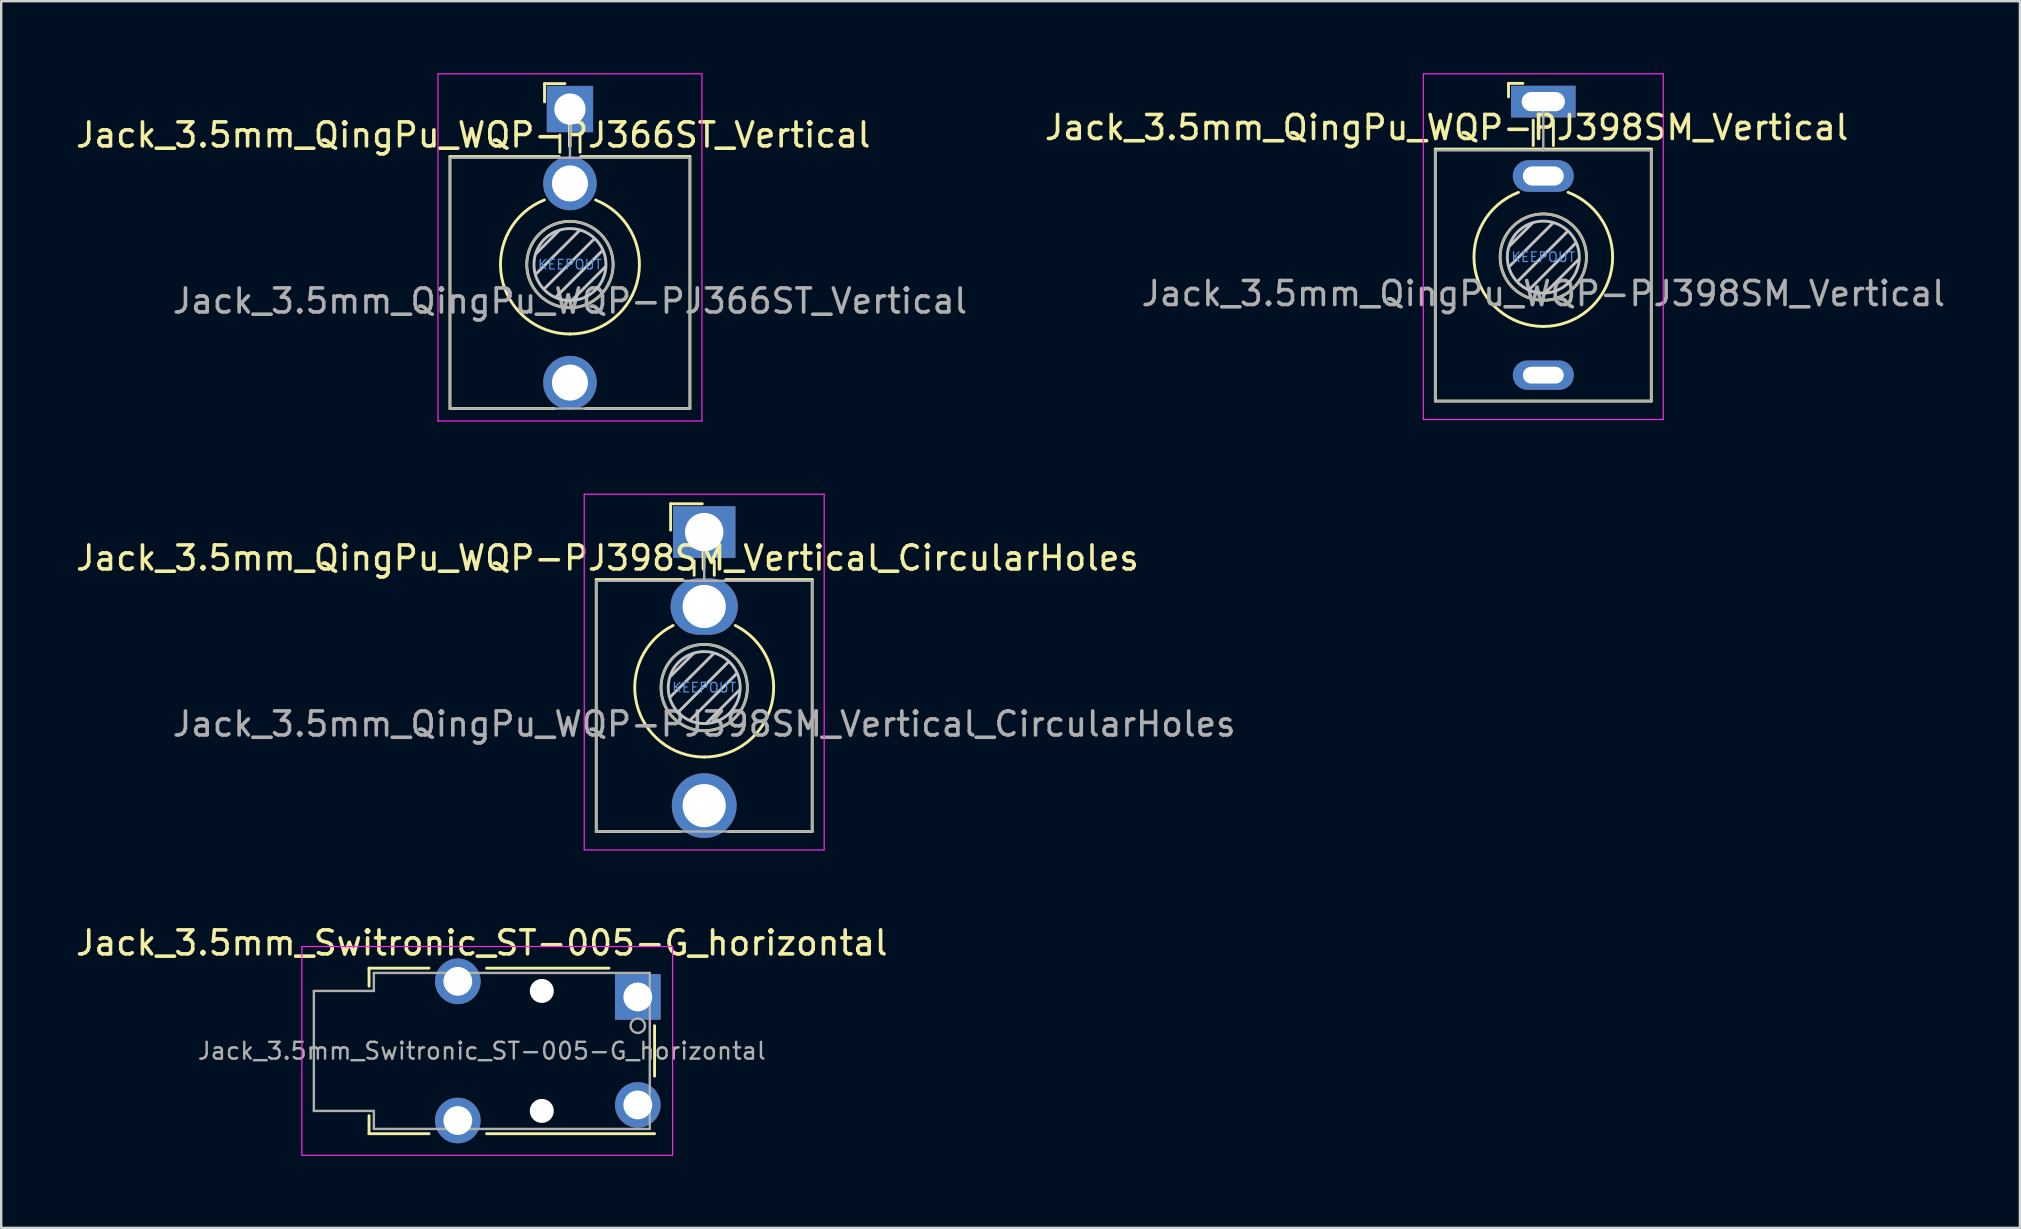
<source format=kicad_pcb>
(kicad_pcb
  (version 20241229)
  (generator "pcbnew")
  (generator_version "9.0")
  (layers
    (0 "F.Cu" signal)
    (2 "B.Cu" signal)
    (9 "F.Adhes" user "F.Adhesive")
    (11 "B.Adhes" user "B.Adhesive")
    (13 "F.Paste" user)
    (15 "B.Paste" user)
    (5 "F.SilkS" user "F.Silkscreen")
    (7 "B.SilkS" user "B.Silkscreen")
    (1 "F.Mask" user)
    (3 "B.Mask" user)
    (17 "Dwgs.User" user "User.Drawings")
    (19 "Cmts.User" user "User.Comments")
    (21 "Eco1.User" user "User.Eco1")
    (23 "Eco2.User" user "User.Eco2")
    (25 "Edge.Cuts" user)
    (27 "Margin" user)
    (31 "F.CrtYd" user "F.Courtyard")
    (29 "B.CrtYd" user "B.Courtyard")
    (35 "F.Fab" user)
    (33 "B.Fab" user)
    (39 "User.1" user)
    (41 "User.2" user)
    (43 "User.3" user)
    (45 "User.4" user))
  (footprint "Jack_3.5mm_QingPu_WQP-PJ398SM_Vertical"
    (layer "F.Cu")
    (at 61.268 1.185)
    (property "Reference" "Jack_3.5mm_QingPu_WQP-PJ398SM_Vertical" (at -4.03 1.08 180) (layer "F.SilkS") (effects (font (size 1 1) (thickness 0.15))))
    (attr through_hole)
    (fp_line (start -4.5 1.98) (end -4.5 12.48) (stroke (width 0.12) (type solid)) (layer "F.SilkS"))
    (fp_line (start -1.45 -0.76) (end -1.45 -0.2) (stroke (width 0.12) (type solid)) (layer "F.SilkS"))
    (fp_line (start -1.45 -0.76) (end -0.85 -0.76) (stroke (width 0.12) (type solid)) (layer "F.SilkS"))
    (fp_line (start -0.42 0.77) (end -0.42 1.83) (stroke (width 0.12) (type solid)) (layer "F.SilkS"))
    (fp_line (start 0.42 0.77) (end 0.42 1.83) (stroke (width 0.12) (type solid)) (layer "F.SilkS"))
    (fp_line (start 4.5 1.98) (end -4.5 1.98) (stroke (width 0.12) (type solid)) (layer "F.SilkS"))
    (fp_line (start 4.5 1.98) (end 4.5 12.48) (stroke (width 0.12) (type solid)) (layer "F.SilkS"))
    (fp_line (start 4.5 12.48) (end -4.5 12.48) (stroke (width 0.12) (type solid)) (layer "F.SilkS"))
    (fp_arc (start 0 9.37) (mid -2.841607 7.006661) (end -1.035683 3.781953) (stroke (width 0.12) (type solid)) (layer "F.SilkS"))
    (fp_arc (start 1.030973 3.780149) (mid 2.842065 7.004181) (end 0 9.37) (stroke (width 0.12) (type solid)) (layer "F.SilkS"))
    (fp_circle (center 0 6.48) (end 1.8 6.48) (stroke (width 0.12) (type solid)) (fill no) (layer "F.SilkS"))
    (fp_line (start -1.42 6.875) (end 0.4 5.06) (stroke (width 0.12) (type solid)) (layer "Dwgs.User"))
    (fp_line (start -1.41 6.02) (end -0.46 5.07) (stroke (width 0.12) (type solid)) (layer "Dwgs.User"))
    (fp_line (start -1.07 7.49) (end 1.01 5.41) (stroke (width 0.12) (type solid)) (layer "Dwgs.User"))
    (fp_line (start -0.58 7.83) (end 1.36 5.89) (stroke (width 0.12) (type solid)) (layer "Dwgs.User"))
    (fp_line (start 0.09 7.96) (end 1.48 6.57) (stroke (width 0.12) (type solid)) (layer "Dwgs.User"))
    (fp_circle (center 0 6.48) (end 1.5 6.48) (stroke (width 0.12) (type solid)) (fill no) (layer "Dwgs.User"))
    (fp_line (start -5 13.25) (end -5 -1.16) (stroke (width 0.05) (type solid)) (layer "F.CrtYd"))
    (fp_line (start 5 -1.16) (end -5 -1.16) (stroke (width 0.05) (type solid)) (layer "F.CrtYd"))
    (fp_line (start 5 13.25) (end -5 13.25) (stroke (width 0.05) (type solid)) (layer "F.CrtYd"))
    (fp_line (start 5 13.25) (end 5 -1.16) (stroke (width 0.05) (type solid)) (layer "F.CrtYd"))
    (fp_line (start -4.5 12.48) (end -4.5 2.08) (stroke (width 0.1) (type solid)) (layer "F.Fab"))
    (fp_line (start 0 0) (end 0 2.03) (stroke (width 0.1) (type solid)) (layer "F.Fab"))
    (fp_line (start 4.5 2.03) (end -4.5 2.03) (stroke (width 0.1) (type solid)) (layer "F.Fab"))
    (fp_line (start 4.5 12.48) (end -4.5 12.48) (stroke (width 0.1) (type solid)) (layer "F.Fab"))
    (fp_line (start 4.5 12.48) (end 4.5 2.08) (stroke (width 0.1) (type solid)) (layer "F.Fab"))
    (fp_circle (center 0 6.48) (end 1.8 6.48) (stroke (width 0.1) (type solid)) (fill no) (layer "F.Fab"))
    (fp_text user "KEEPOUT" (at 0 6.48 0) (layer "Cmts.User") (effects (font (size 0.4 0.4) (thickness 0.051))))
    (fp_text user "${REFERENCE}" (at 0 8 180) (layer "F.Fab") (effects (font (size 1 1) (thickness 0.15))))
    (pad "1" thru_hole rect (at 0 0 180) (size 2.69 1.32) (drill oval 1.8 0.8) (layers "*.Cu" "*.Mask"))
    (pad "2" thru_hole oval (at 0 3.1 180) (size 2.54 1.32) (drill oval 1.7 0.8) (layers "*.Cu" "*.Mask"))
    (pad "3" thru_hole oval (at 0 11.4 180) (size 2.54 1.22) (drill oval 1.7 0.7) (layers "*.Cu" "*.Mask")))
  (footprint "Jack_3.5mm_QingPu_WQP-PJ366ST_Vertical"
    (layer "F.Cu")
    (at 20.703 1.495)
    (property "Reference" "Jack_3.5mm_QingPu_WQP-PJ366ST_Vertical" (at -4.03 1.08 180) (layer "F.SilkS") (effects (font (size 1 1) (thickness 0.15))))
    (attr through_hole)
    (fp_line (start -5 1.98) (end -5 12.48) (stroke (width 0.12) (type solid)) (layer "F.SilkS"))
    (fp_line (start -1.06 -1.06) (end -1.06 -0.3) (stroke (width 0.12) (type solid)) (layer "F.SilkS"))
    (fp_line (start -1.06 -1.06) (end -0.21 -1.06) (stroke (width 0.12) (type solid)) (layer "F.SilkS"))
    (fp_line (start -0.65 12.48) (end -5 12.48) (stroke (width 0.12) (type solid)) (layer "F.SilkS"))
    (fp_line (start -0.45 1.98) (end -5 1.98) (stroke (width 0.12) (type solid)) (layer "F.SilkS"))
    (fp_line (start -0.42 1.08) (end -0.42 1.8) (stroke (width 0.12) (type solid)) (layer "F.SilkS"))
    (fp_line (start 0.42 1.08) (end 0.42 1.8) (stroke (width 0.12) (type solid)) (layer "F.SilkS"))
    (fp_line (start 5 1.98) (end 0.45 1.98) (stroke (width 0.12) (type solid)) (layer "F.SilkS"))
    (fp_line (start 5 1.98) (end 5 12.48) (stroke (width 0.12) (type solid)) (layer "F.SilkS"))
    (fp_line (start 5 12.48) (end 0.65 12.48) (stroke (width 0.12) (type solid)) (layer "F.SilkS"))
    (fp_arc (start 0 9.375) (mid -2.844001 7.021004) (end -1.062947 3.787201) (stroke (width 0.12) (type solid)) (layer "F.SilkS"))
    (fp_arc (start 1.06835 3.78934) (mid 2.843456 7.023858) (end 0 9.375) (stroke (width 0.12) (type solid)) (layer "F.SilkS"))
    (fp_circle (center 0 6.48) (end 1.8 6.48) (stroke (width 0.12) (type solid)) (fill no) (layer "F.SilkS"))
    (fp_line (start -1.42 6.875) (end 0.4 5.06) (stroke (width 0.12) (type solid)) (layer "Dwgs.User"))
    (fp_line (start -1.41 6.02) (end -0.46 5.07) (stroke (width 0.12) (type solid)) (layer "Dwgs.User"))
    (fp_line (start -1.07 7.49) (end 1.01 5.41) (stroke (width 0.12) (type solid)) (layer "Dwgs.User"))
    (fp_line (start -0.58 7.83) (end 1.36 5.89) (stroke (width 0.12) (type solid)) (layer "Dwgs.User"))
    (fp_line (start 0.09 7.96) (end 1.48 6.57) (stroke (width 0.12) (type solid)) (layer "Dwgs.User"))
    (fp_circle (center 0 6.48) (end 1.5 6.48) (stroke (width 0.12) (type solid)) (fill no) (layer "Dwgs.User"))
    (fp_line (start -5.5 13) (end -5.5 -1.47) (stroke (width 0.05) (type solid)) (layer "F.CrtYd"))
    (fp_line (start 5.5 -1.47) (end -5.5 -1.47) (stroke (width 0.05) (type solid)) (layer "F.CrtYd"))
    (fp_line (start 5.5 13) (end -5.5 13) (stroke (width 0.05) (type solid)) (layer "F.CrtYd"))
    (fp_line (start 5.5 13) (end 5.5 -1.47) (stroke (width 0.05) (type solid)) (layer "F.CrtYd"))
    (fp_line (start -5 12.48) (end -5 2.08) (stroke (width 0.1) (type solid)) (layer "F.Fab"))
    (fp_line (start 0 0) (end 0 2.03) (stroke (width 0.1) (type solid)) (layer "F.Fab"))
    (fp_line (start 5 2.03) (end -5 2.03) (stroke (width 0.1) (type solid)) (layer "F.Fab"))
    (fp_line (start 5 12.48) (end -5 12.48) (stroke (width 0.1) (type solid)) (layer "F.Fab"))
    (fp_line (start 5 12.48) (end 5 2.08) (stroke (width 0.1) (type solid)) (layer "F.Fab"))
    (fp_circle (center 0 6.48) (end 1.8 6.48) (stroke (width 0.1) (type solid)) (fill no) (layer "F.Fab"))
    (fp_text user "KEEPOUT" (at 0 6.48 0) (layer "Cmts.User") (effects (font (size 0.4 0.4) (thickness 0.051))))
    (fp_text user "${REFERENCE}" (at 0 8 180) (layer "F.Fab") (effects (font (size 1 1) (thickness 0.15))))
    (pad "1" thru_hole rect (at 0 0 180) (size 1.93 1.93) (drill 1.3) (layers "*.Cu" "*.Mask"))
    (pad "2" thru_hole circle (at 0 3.1 180) (size 2.23 2.23) (drill 1.5) (layers "*.Cu" "*.Mask"))
    (pad "3" thru_hole circle (at 0 11.4 180) (size 2.23 2.23) (drill 1.5) (layers "*.Cu" "*.Mask")))
  (footprint "Jack_3.5mm_Switronic_ST-005-G_horizontal"
    (layer "F.Cu")
    (at 17.03 40.748)
    (property "Reference" "Jack_3.5mm_Switronic_ST-005-G_horizontal" (at 0 -4.5 0) (layer "F.SilkS") (effects (font (size 1 1) (thickness 0.15))))
    (attr through_hole)
    (fp_line (start -4.7 -3.45) (end -2.2 -3.45) (stroke (width 0.12) (type solid)) (layer "F.SilkS"))
    (fp_line (start -4.7 -2.7) (end -4.7 -3.45) (stroke (width 0.12) (type solid)) (layer "F.SilkS"))
    (fp_line (start -4.7 3.45) (end -4.7 2.7) (stroke (width 0.12) (type solid)) (layer "F.SilkS"))
    (fp_line (start -2.2 3.45) (end -4.7 3.45) (stroke (width 0.12) (type solid)) (layer "F.SilkS"))
    (fp_line (start 0.2 -3.45) (end 5.3 -3.45) (stroke (width 0.12) (type solid)) (layer "F.SilkS"))
    (fp_line (start 0.2 3.45) (end 7.2 3.45) (stroke (width 0.12) (type solid)) (layer "F.SilkS"))
    (fp_line (start 7.2 -1.05) (end 7.2 1.05) (stroke (width 0.12) (type solid)) (layer "F.SilkS"))
    (fp_line (start -7.5 -4.35) (end -7.5 4.35) (stroke (width 0.05) (type solid)) (layer "F.CrtYd"))
    (fp_line (start -7.5 4.35) (end 7.95 4.35) (stroke (width 0.05) (type solid)) (layer "F.CrtYd"))
    (fp_line (start 7.95 -4.35) (end -7.5 -4.35) (stroke (width 0.05) (type solid)) (layer "F.CrtYd"))
    (fp_line (start 7.95 4.35) (end 7.95 -4.35) (stroke (width 0.05) (type solid)) (layer "F.CrtYd"))
    (fp_line (start -7 -2.5) (end -4.5 -2.5) (stroke (width 0.1) (type solid)) (layer "F.Fab"))
    (fp_line (start -7 2.5) (end -7 -2.5) (stroke (width 0.1) (type solid)) (layer "F.Fab"))
    (fp_line (start -4.5 -3.25) (end 7 -3.25) (stroke (width 0.1) (type solid)) (layer "F.Fab"))
    (fp_line (start -4.5 -2.5) (end -4.5 -3.25) (stroke (width 0.1) (type solid)) (layer "F.Fab"))
    (fp_line (start -4.5 2.5) (end -7 2.5) (stroke (width 0.1) (type solid)) (layer "F.Fab"))
    (fp_line (start -4.5 3.25) (end -4.5 2.5) (stroke (width 0.1) (type solid)) (layer "F.Fab"))
    (fp_line (start 7 -3.25) (end 7 3.25) (stroke (width 0.1) (type solid)) (layer "F.Fab"))
    (fp_line (start 7 3.25) (end -4.5 3.25) (stroke (width 0.1) (type solid)) (layer "F.Fab"))
    (fp_circle (center 6.5 -1.05) (end 6.8 -1.05) (stroke (width 0.1) (type solid)) (fill no) (layer "F.Fab"))
    (fp_text user "${REFERENCE}" (at 0 0 0) (layer "F.Fab") (effects (font (size 0.7 0.7) (thickness 0.1))))
    (pad "" np_thru_hole circle (at 2.5 -2.5) (size 1 1) (drill 1) (layers "*.Cu" "*.Mask"))
    (pad "" np_thru_hole circle (at 2.5 2.5) (size 1 1) (drill 1) (layers "*.Cu" "*.Mask"))
    (pad "R" thru_hole rect (at 6.5 -2.25) (size 1.9 1.9) (drill 1.2) (layers "*.Cu" "*.Mask"))
    (pad "S" thru_hole circle (at 6.5 2.25) (size 1.9 1.9) (drill 1.2) (layers "*.Cu" "*.Mask"))
    (pad "T" thru_hole circle (at -1 -2.9) (size 1.9 1.9) (drill 1.2) (layers "*.Cu" "*.Mask"))
    (pad "T" thru_hole circle (at -1 2.9) (size 1.9 1.9) (drill 1.2) (layers "*.Cu" "*.Mask")))
  (footprint "Jack_3.5mm_QingPu_WQP-PJ398SM_Vertical_CircularHoles"
    (layer "F.Cu")
    (at 26.298 19.125)
    (property "Reference" "Jack_3.5mm_QingPu_WQP-PJ398SM_Vertical_CircularHoles" (at -4.03 1.08 180) (layer "F.SilkS") (effects (font (size 1 1) (thickness 0.15))))
    (attr through_hole)
    (fp_line (start -4.5 1.98) (end -4.5 12.48) (stroke (width 0.12) (type solid)) (layer "F.SilkS"))
    (fp_line (start -1.4 -1.18) (end -1.4 -0.08) (stroke (width 0.12) (type solid)) (layer "F.SilkS"))
    (fp_line (start -1.4 -1.18) (end -0.08 -1.18) (stroke (width 0.12) (type solid)) (layer "F.SilkS"))
    (fp_line (start -1 12.48) (end -4.5 12.48) (stroke (width 0.12) (type solid)) (layer "F.SilkS"))
    (fp_line (start -0.9 1.98) (end -4.5 1.98) (stroke (width 0.12) (type solid)) (layer "F.SilkS"))
    (fp_line (start -0.42 1.2) (end -0.42 1.8) (stroke (width 0.12) (type solid)) (layer "F.SilkS"))
    (fp_line (start 0.42 1.2) (end 0.42 1.8) (stroke (width 0.12) (type solid)) (layer "F.SilkS"))
    (fp_line (start 4.5 1.98) (end 0.9 1.98) (stroke (width 0.12) (type solid)) (layer "F.SilkS"))
    (fp_line (start 4.5 1.98) (end 4.5 12.48) (stroke (width 0.12) (type solid)) (layer "F.SilkS"))
    (fp_line (start 4.5 12.48) (end 1 12.48) (stroke (width 0.12) (type solid)) (layer "F.SilkS"))
    (fp_arc (start 0 9.375) (mid -2.817353 7.145994) (end -1.296263 3.891423) (stroke (width 0.12) (type solid)) (layer "F.SilkS"))
    (fp_arc (start 1.296263 3.891423) (mid 2.817353 7.145994) (end 0 9.375) (stroke (width 0.12) (type solid)) (layer "F.SilkS"))
    (fp_circle (center 0 6.48) (end 1.8 6.48) (stroke (width 0.12) (type solid)) (fill no) (layer "F.SilkS"))
    (fp_line (start -1.42 6.875) (end 0.4 5.06) (stroke (width 0.12) (type solid)) (layer "Dwgs.User"))
    (fp_line (start -1.41 6.02) (end -0.46 5.07) (stroke (width 0.12) (type solid)) (layer "Dwgs.User"))
    (fp_line (start -1.07 7.49) (end 1.01 5.41) (stroke (width 0.12) (type solid)) (layer "Dwgs.User"))
    (fp_line (start -0.58 7.83) (end 1.36 5.89) (stroke (width 0.12) (type solid)) (layer "Dwgs.User"))
    (fp_line (start 0.09 7.96) (end 1.48 6.57) (stroke (width 0.12) (type solid)) (layer "Dwgs.User"))
    (fp_circle (center 0 6.48) (end 1.5 6.48) (stroke (width 0.12) (type solid)) (fill no) (layer "Dwgs.User"))
    (fp_line (start -5 13.25) (end -5 -1.58) (stroke (width 0.05) (type solid)) (layer "F.CrtYd"))
    (fp_line (start 5 -1.58) (end -5 -1.58) (stroke (width 0.05) (type solid)) (layer "F.CrtYd"))
    (fp_line (start 5 13.25) (end -5 13.25) (stroke (width 0.05) (type solid)) (layer "F.CrtYd"))
    (fp_line (start 5 13.25) (end 5 -1.58) (stroke (width 0.05) (type solid)) (layer "F.CrtYd"))
    (fp_line (start -4.5 12.48) (end -4.5 2.08) (stroke (width 0.1) (type solid)) (layer "F.Fab"))
    (fp_line (start 0 0) (end 0 2.03) (stroke (width 0.1) (type solid)) (layer "F.Fab"))
    (fp_line (start 4.5 2.03) (end -4.5 2.03) (stroke (width 0.1) (type solid)) (layer "F.Fab"))
    (fp_line (start 4.5 12.48) (end -4.5 12.48) (stroke (width 0.1) (type solid)) (layer "F.Fab"))
    (fp_line (start 4.5 12.48) (end 4.5 2.08) (stroke (width 0.1) (type solid)) (layer "F.Fab"))
    (fp_circle (center 0 6.48) (end 1.8 6.48) (stroke (width 0.1) (type solid)) (fill no) (layer "F.Fab"))
    (fp_text user "KEEPOUT" (at 0 6.48 0) (layer "Cmts.User") (effects (font (size 0.4 0.4) (thickness 0.051))))
    (fp_text user "${REFERENCE}" (at 0 8 180) (layer "F.Fab") (effects (font (size 1 1) (thickness 0.15))))
    (pad "1" thru_hole rect (at 0 0 180) (size 2.6 2.15) (drill 1.6) (layers "*.Cu" "*.Mask"))
    (pad "2" thru_hole oval (at 0 3.1 180) (size 2.8 2.35) (drill 1.8) (layers "*.Cu" "*.Mask"))
    (pad "3" thru_hole circle (at 0 11.4 180) (size 2.7 2.7) (drill 1.8) (layers "*.Cu" "*.Mask")))
  (gr_rect
    (start -3 -3)
    (end 81.131 48.123)
    (stroke (width 0.1) (type default))
    (fill no)
    (layer "Edge.Cuts")))
</source>
